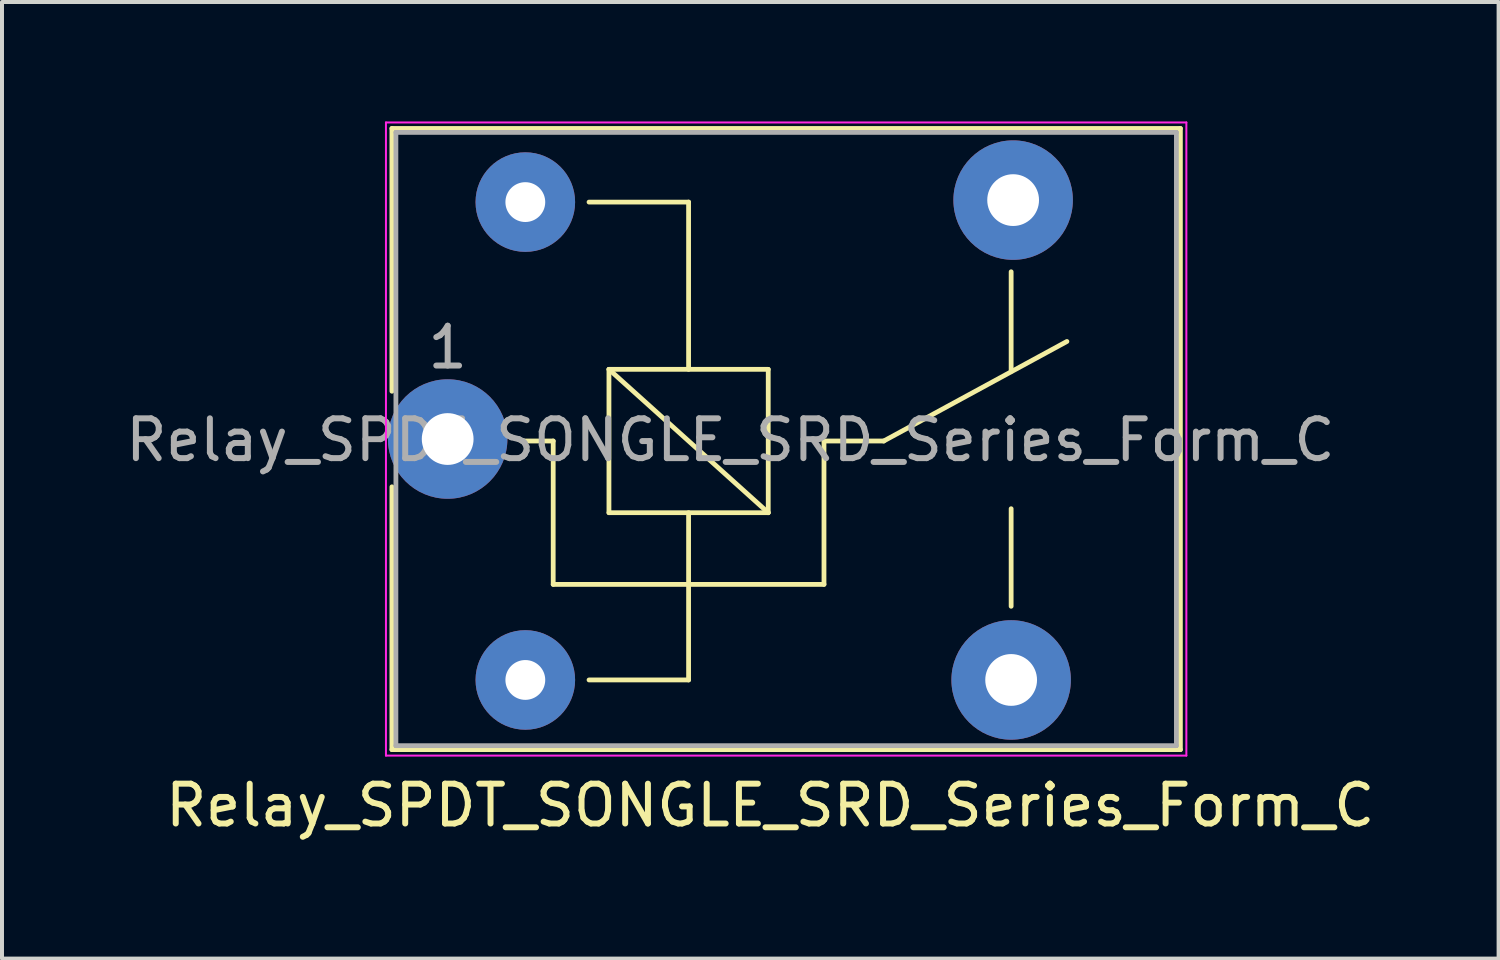
<source format=kicad_pcb>
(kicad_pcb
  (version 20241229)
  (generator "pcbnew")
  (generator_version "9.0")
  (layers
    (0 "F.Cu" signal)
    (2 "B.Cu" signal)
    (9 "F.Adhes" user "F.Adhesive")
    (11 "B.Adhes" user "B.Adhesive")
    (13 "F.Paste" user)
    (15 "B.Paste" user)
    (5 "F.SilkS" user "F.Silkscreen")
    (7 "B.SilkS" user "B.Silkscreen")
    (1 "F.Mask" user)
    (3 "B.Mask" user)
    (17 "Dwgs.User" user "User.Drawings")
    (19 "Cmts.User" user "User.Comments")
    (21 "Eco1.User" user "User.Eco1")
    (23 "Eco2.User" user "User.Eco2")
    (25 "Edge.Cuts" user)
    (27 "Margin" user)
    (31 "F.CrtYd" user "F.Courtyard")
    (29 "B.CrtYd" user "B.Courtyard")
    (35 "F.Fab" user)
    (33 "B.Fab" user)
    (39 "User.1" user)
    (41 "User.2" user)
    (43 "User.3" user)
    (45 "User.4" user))
  (footprint "Relay_SPDT_SONGLE_SRD_Series_Form_C"
    (layer "F.Cu")
    (at 8.192 7.975)
    (property "Reference" "Relay_SPDT_SONGLE_SRD_Series_Form_C" (at 8.1 9.2 0) (layer "F.SilkS") (effects (font (size 1 1) (thickness 0.15))))
    (attr through_hole)
    (fp_line (start -1.4 -7.8) (end -1.4 -1.2) (stroke (width 0.12) (type solid)) (layer "F.SilkS"))
    (fp_line (start -1.4 -7.8) (end 18.4 -7.8) (stroke (width 0.12) (type solid)) (layer "F.SilkS"))
    (fp_line (start -1.4 1.2) (end -1.4 7.8) (stroke (width 0.12) (type solid)) (layer "F.SilkS"))
    (fp_line (start 2.65 0.05) (end 1.85 0.05) (stroke (width 0.12) (type solid)) (layer "F.SilkS"))
    (fp_line (start 2.65 0.05) (end 2.65 3.65) (stroke (width 0.12) (type solid)) (layer "F.SilkS"))
    (fp_line (start 3.55 6.05) (end 6.05 6.05) (stroke (width 0.12) (type solid)) (layer "F.SilkS"))
    (fp_line (start 4.05 -1.75) (end 8.05 -1.75) (stroke (width 0.12) (type solid)) (layer "F.SilkS"))
    (fp_line (start 4.05 1.85) (end 4.05 -1.75) (stroke (width 0.12) (type solid)) (layer "F.SilkS"))
    (fp_line (start 6.05 -5.95) (end 3.55 -5.95) (stroke (width 0.12) (type solid)) (layer "F.SilkS"))
    (fp_line (start 6.05 -5.95) (end 6.05 -1.75) (stroke (width 0.12) (type solid)) (layer "F.SilkS"))
    (fp_line (start 6.05 1.85) (end 6.05 6.05) (stroke (width 0.12) (type solid)) (layer "F.SilkS"))
    (fp_line (start 8.05 -1.75) (end 8.05 1.85) (stroke (width 0.12) (type solid)) (layer "F.SilkS"))
    (fp_line (start 8.05 1.85) (end 4.05 -1.75) (stroke (width 0.12) (type solid)) (layer "F.SilkS"))
    (fp_line (start 8.05 1.85) (end 4.05 1.85) (stroke (width 0.12) (type solid)) (layer "F.SilkS"))
    (fp_line (start 9.45 0.05) (end 9.45 3.65) (stroke (width 0.12) (type solid)) (layer "F.SilkS"))
    (fp_line (start 9.45 0.05) (end 10.95 0.05) (stroke (width 0.12) (type solid)) (layer "F.SilkS"))
    (fp_line (start 9.45 3.65) (end 2.65 3.65) (stroke (width 0.12) (type solid)) (layer "F.SilkS"))
    (fp_line (start 10.95 0.05) (end 15.55 -2.45) (stroke (width 0.12) (type solid)) (layer "F.SilkS"))
    (fp_line (start 14.15 -4.2) (end 14.15 -1.7) (stroke (width 0.12) (type solid)) (layer "F.SilkS"))
    (fp_line (start 14.15 4.2) (end 14.15 1.75) (stroke (width 0.12) (type solid)) (layer "F.SilkS"))
    (fp_line (start 18.4 -7.8) (end 18.4 7.8) (stroke (width 0.12) (type solid)) (layer "F.SilkS"))
    (fp_line (start 18.4 7.8) (end -1.4 7.8) (stroke (width 0.12) (type solid)) (layer "F.SilkS"))
    (fp_line (start -1.55 7.95) (end -1.55 -7.95) (stroke (width 0.05) (type solid)) (layer "F.CrtYd"))
    (fp_line (start -1.55 7.95) (end 18.55 7.95) (stroke (width 0.05) (type solid)) (layer "F.CrtYd"))
    (fp_line (start 18.55 -7.95) (end -1.55 -7.95) (stroke (width 0.05) (type solid)) (layer "F.CrtYd"))
    (fp_line (start 18.55 -7.95) (end 18.55 7.95) (stroke (width 0.05) (type solid)) (layer "F.CrtYd"))
    (fp_line (start -1.3 -7.7) (end 18.3 -7.7) (stroke (width 0.12) (type solid)) (layer "F.Fab"))
    (fp_line (start -1.3 7.7) (end -1.3 -7.7) (stroke (width 0.12) (type solid)) (layer "F.Fab"))
    (fp_line (start 18.3 -7.7) (end 18.3 7.7) (stroke (width 0.12) (type solid)) (layer "F.Fab"))
    (fp_line (start 18.3 7.7) (end -1.3 7.7) (stroke (width 0.12) (type solid)) (layer "F.Fab"))
    (fp_text user "${REFERENCE}" (at 7.1 0.025 0) (layer "F.Fab") (effects (font (size 1 1) (thickness 0.15))))
    (fp_text user "1" (at 0 -2.3 0) (layer "F.Fab") (effects (font (size 1 1) (thickness 0.15))))
    (pad "1" thru_hole circle (at 0 0 90) (size 3 3) (drill 1.3) (layers "*.Cu" "*.Mask"))
    (pad "2" thru_hole circle (at 1.95 -5.95 90) (size 2.5 2.5) (drill 1) (layers "*.Cu" "*.Mask"))
    (pad "3" thru_hole circle (at 14.15 6.05 90) (size 3 3) (drill 1.3) (layers "*.Cu" "*.Mask"))
    (pad "4" thru_hole circle (at 14.2 -6 90) (size 3 3) (drill 1.3) (layers "*.Cu" "*.Mask"))
    (pad "5" thru_hole circle (at 1.95 6.05 90) (size 2.5 2.5) (drill 1) (layers "*.Cu" "*.Mask")))
  (gr_rect
    (start -3 -3)
    (end 34.583 21.023)
    (stroke (width 0.1) (type default))
    (fill no)
    (layer "Edge.Cuts")))
</source>
